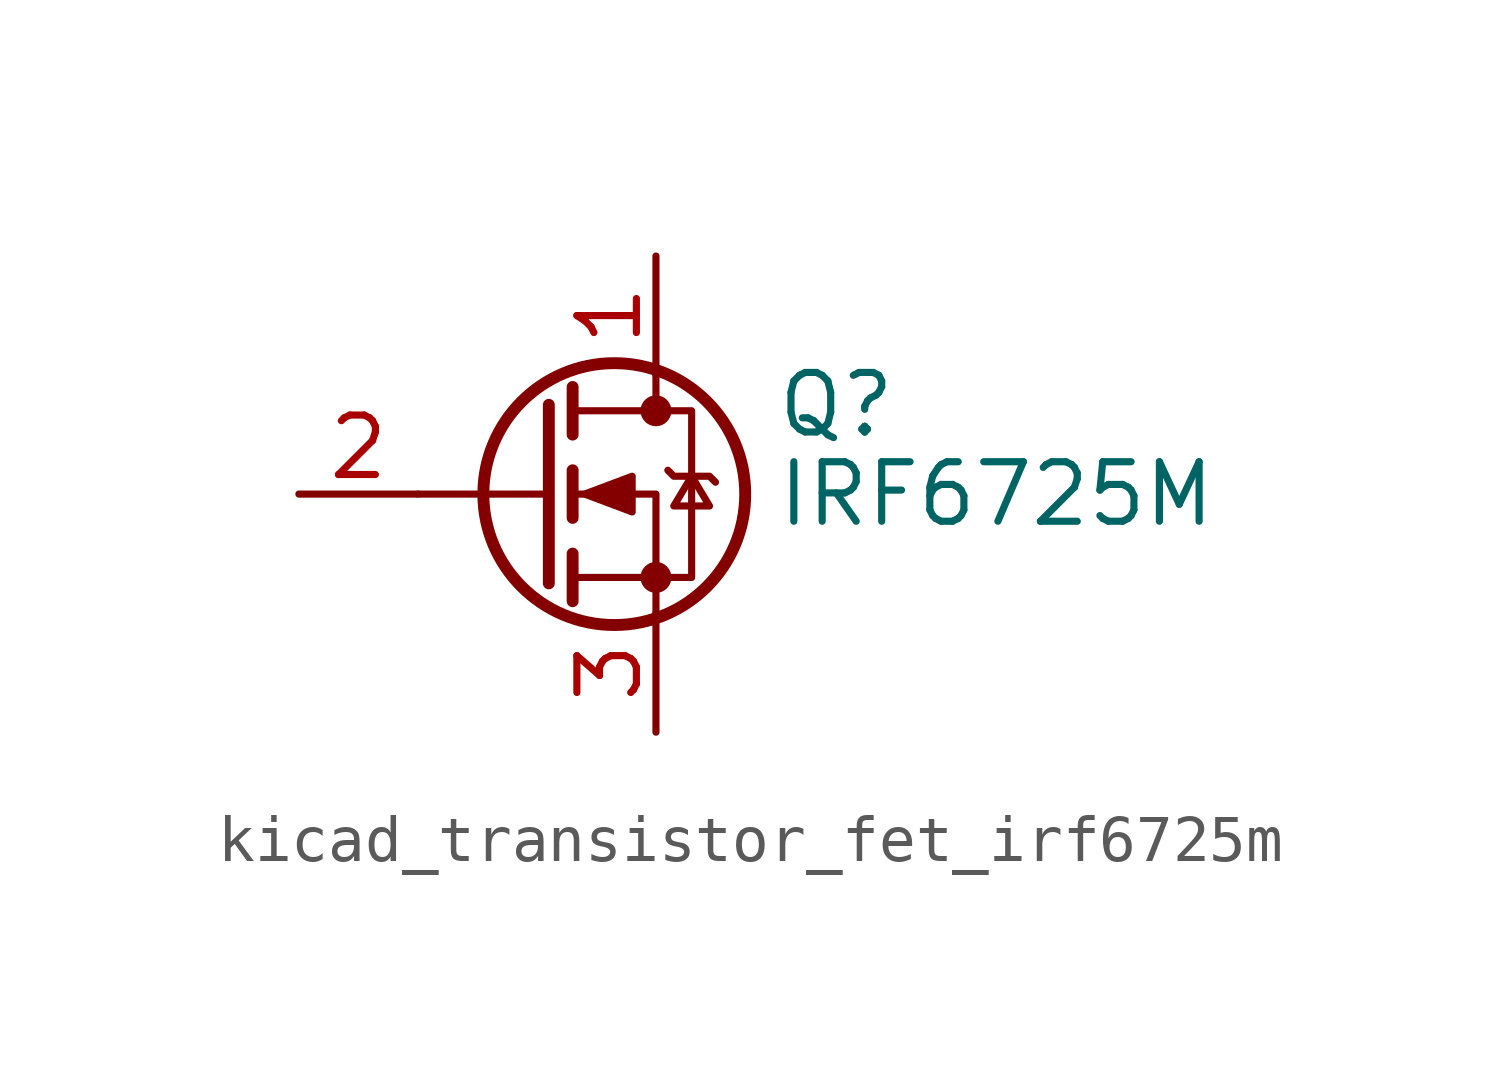
<source format=kicad_sym>
(kicad_symbol_lib
  (version 20220914)
  (generator kicad_symbol_editor)
  (symbol "kicad_transistor_fet_irf6725m"
    (pin_names hide)
    (property "Reference" "Q"
      (at 5.08 1.905 0)
      (effects (font (size 1.27 1.27)) (justify left)))
    (property "Value" "IRF6725M"
      (at 5.08 0 0)
      (effects (font (size 1.27 1.27)) (justify left)))
    (symbol "kicad_transistor_fet_irf6725m_0_1"
      (polyline (pts (xy 0.254 0) (xy -2.54 0)) (stroke (width 0) (type default)) (fill (type none)))
      (polyline (pts (xy 0.254 1.905) (xy 0.254 -1.905)) (stroke (width 0.254) (type default)) (fill (type none)))
      (polyline (pts (xy 0.762 -1.27) (xy 0.762 -2.286)) (stroke (width 0.254) (type default)) (fill (type none)))
      (polyline (pts (xy 0.762 0.508) (xy 0.762 -0.508)) (stroke (width 0.254) (type default)) (fill (type none)))
      (polyline (pts (xy 0.762 2.286) (xy 0.762 1.27)) (stroke (width 0.254) (type default)) (fill (type none)))
      (polyline (pts (xy 2.54 2.54) (xy 2.54 1.778)) (stroke (width 0) (type default)) (fill (type none)))
      (polyline (pts (xy 2.54 -2.54) (xy 2.54 0) (xy 0.762 0)) (stroke (width 0) (type default)) (fill (type none)))
      (polyline (pts (xy 0.762 -1.778) (xy 3.302 -1.778) (xy 3.302 1.778) (xy 0.762 1.778)) (stroke (width 0) (type default)) (fill (type none)))
      (polyline (pts (xy 1.016 0) (xy 2.032 0.381) (xy 2.032 -0.381) (xy 1.016 0)) (stroke (width 0) (type default)) (fill (type outline)))
      (polyline (pts (xy 2.794 0.508) (xy 2.921 0.381) (xy 3.683 0.381) (xy 3.81 0.254)) (stroke (width 0) (type default)) (fill (type none)))
      (polyline (pts (xy 3.302 0.381) (xy 2.921 -0.254) (xy 3.683 -0.254) (xy 3.302 0.381)) (stroke (width 0) (type default)) (fill (type none)))
      (circle (center 1.651 0) (radius 2.794) (stroke (width 0.254) (type default)) (fill (type none)))
      (circle (center 2.54 -1.778) (radius 0.254) (stroke (width 0) (type default)) (fill (type outline)))
      (circle (center 2.54 1.778) (radius 0.254) (stroke (width 0) (type default)) (fill (type outline))))
    (symbol "kicad_transistor_fet_irf6725m_1_1"
      (pin passive line (at 2.54 5.08 270) (length 2.54) (name "D" (effects (font (size 1.27 1.27)))) (number "1" (effects (font (size 1.27 1.27)))))
      (pin input line (at -5.08 0 0) (length 2.54) (name "G" (effects (font (size 1.27 1.27)))) (number "2" (effects (font (size 1.27 1.27)))))
      (pin passive line (at 2.54 -5.08 90) (length 2.54) (name "S" (effects (font (size 1.27 1.27)))) (number "3" (effects (font (size 1.27 1.27))))))))
</source>
